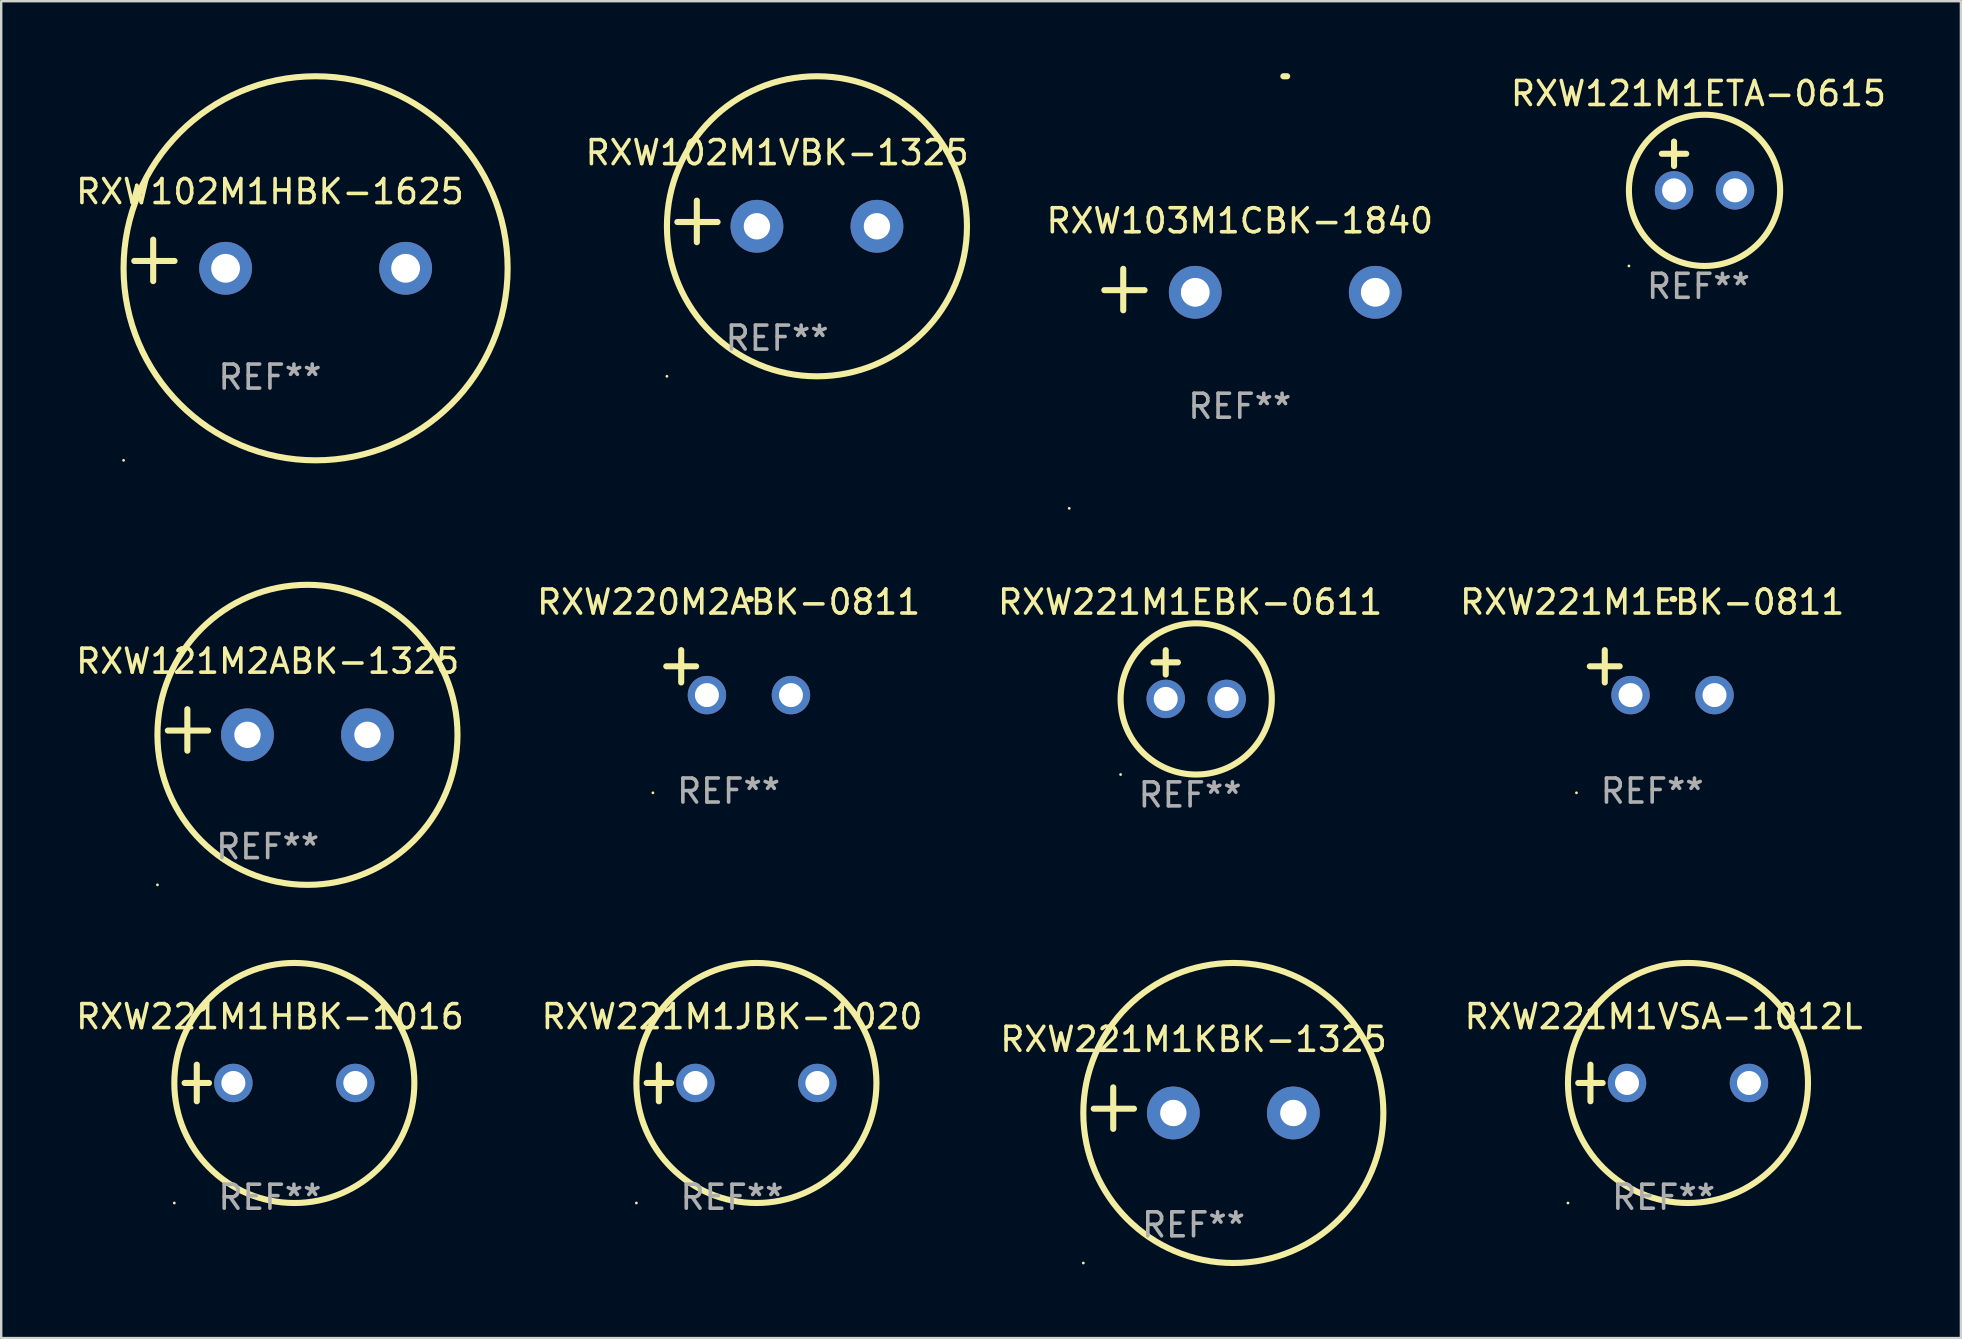
<source format=kicad_pcb>
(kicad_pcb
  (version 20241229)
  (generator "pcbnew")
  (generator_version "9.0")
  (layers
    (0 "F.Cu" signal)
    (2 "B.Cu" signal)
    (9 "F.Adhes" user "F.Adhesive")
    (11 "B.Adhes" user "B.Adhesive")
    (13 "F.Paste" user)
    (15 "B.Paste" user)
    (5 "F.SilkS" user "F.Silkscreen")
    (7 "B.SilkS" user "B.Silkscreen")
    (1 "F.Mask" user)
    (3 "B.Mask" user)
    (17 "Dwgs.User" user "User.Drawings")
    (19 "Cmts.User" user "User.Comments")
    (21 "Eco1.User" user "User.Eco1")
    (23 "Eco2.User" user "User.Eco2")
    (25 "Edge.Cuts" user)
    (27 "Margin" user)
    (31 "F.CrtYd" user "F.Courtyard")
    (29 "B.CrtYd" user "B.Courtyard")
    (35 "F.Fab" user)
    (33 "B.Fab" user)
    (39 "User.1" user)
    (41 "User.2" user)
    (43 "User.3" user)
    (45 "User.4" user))
  (footprint "RXW221M1VSA-1012L"
    (layer "F.Cu")
    (at 66.256 42.067)
    (property "Reference" "RXW221M1VSA-1012L" (at 0 -2.762 0) (layer "F.SilkS") (effects (font (size 1 1) (thickness 0.15))))
    (attr through_hole)
    (fp_line (start -3.556 0) (end -2.54 0) (stroke (width 0.254) (type solid)) (layer "F.SilkS"))
    (fp_line (start -3.048 -0.762) (end -3.048 0.762) (stroke (width 0.254) (type solid)) (layer "F.SilkS"))
    (fp_circle (center -3.984 5) (end -3.954 5) (stroke (width 0.06) (type solid)) (fill no) (layer "F.SilkS"))
    (fp_circle (center 1.016 0) (end 6.016 0) (stroke (width 0.254) (type solid)) (fill no) (layer "F.SilkS"))
    (fp_text user "REF**" (at 0 4.762 0) (layer "F.Fab") (effects (font (size 1 1) (thickness 0.15))))
    (pad "1" thru_hole circle (at -1.524 0) (size 1.6 1.6) (drill 1) (layers "*.Cu" "*.Mask"))
    (pad "2" thru_hole circle (at 3.556 0) (size 1.6 1.6) (drill 1) (layers "*.Cu" "*.Mask")))
  (footprint "RXW221M1HBK-1016"
    (layer "F.Cu")
    (at 8.196 42.067)
    (property "Reference" "RXW221M1HBK-1016" (at 0 -2.762 0) (layer "F.SilkS") (effects (font (size 1 1) (thickness 0.15))))
    (attr through_hole)
    (fp_line (start -3.556 0) (end -2.54 0) (stroke (width 0.254) (type solid)) (layer "F.SilkS"))
    (fp_line (start -3.048 -0.762) (end -3.048 0.762) (stroke (width 0.254) (type solid)) (layer "F.SilkS"))
    (fp_circle (center -3.984 5) (end -3.954 5) (stroke (width 0.06) (type solid)) (fill no) (layer "F.SilkS"))
    (fp_circle (center 1.016 0) (end 6.016 0) (stroke (width 0.254) (type solid)) (fill no) (layer "F.SilkS"))
    (fp_text user "REF**" (at 0 4.762 0) (layer "F.Fab") (effects (font (size 1 1) (thickness 0.15))))
    (pad "1" thru_hole circle (at -1.524 0) (size 1.6 1.6) (drill 1) (layers "*.Cu" "*.Mask"))
    (pad "2" thru_hole circle (at 3.556 0) (size 1.6 1.6) (drill 1) (layers "*.Cu" "*.Mask")))
  (footprint "RXW121M2ABK-1325"
    (layer "F.Cu")
    (at 8.101 27.36)
    (property "Reference" "RXW121M2ABK-1325" (at 0 -2.864 0) (layer "F.SilkS") (effects (font (size 1 1) (thickness 0.15))))
    (attr through_hole)
    (fp_line (start -3.346 0.864) (end -3.346 -0.864) (stroke (width 0.254) (type solid)) (layer "F.SilkS"))
    (fp_line (start -2.482 0.025) (end -4.158 0.025) (stroke (width 0.254) (type solid)) (layer "F.SilkS"))
    (fp_circle (center -4.592 6.453) (end -4.562 6.453) (stroke (width 0.06) (type solid)) (fill no) (layer "F.SilkS"))
    (fp_circle (center 1.658 0.203) (end 7.908 0.203) (stroke (width 0.254) (type solid)) (fill no) (layer "F.SilkS"))
    (fp_text user "REF**" (at 0 4.864 0) (layer "F.Fab") (effects (font (size 1 1) (thickness 0.15))))
    (pad "1" thru_hole circle (at -0.842 0.203) (size 2.2 2.2) (drill 1.1) (layers "*.Cu" "*.Mask"))
    (pad "2" thru_hole circle (at 4.158 0.203) (size 2.2 2.2) (drill 1.1) (layers "*.Cu" "*.Mask")))
  (footprint "RXW102M1HBK-1625"
    (layer "F.Cu")
    (at 8.196 7.797)
    (property "Reference" "RXW102M1HBK-1625" (at 0 -2.864 0) (layer "F.SilkS") (effects (font (size 1 1) (thickness 0.15))))
    (attr through_hole)
    (fp_line (start -4.864 0.864) (end -4.864 -0.864) (stroke (width 0.254) (type solid)) (layer "F.SilkS"))
    (fp_line (start -3.975 0.025) (end -5.652 0.025) (stroke (width 0.254) (type solid)) (layer "F.SilkS"))
    (fp_circle (center -6.098 8.33) (end -6.068 8.33) (stroke (width 0.06) (type solid)) (fill no) (layer "F.SilkS"))
    (fp_circle (center 1.902 0.33) (end 9.902 0.33) (stroke (width 0.254) (type solid)) (fill no) (layer "F.SilkS"))
    (fp_text user "REF**" (at 0 4.864 0) (layer "F.Fab") (effects (font (size 1 1) (thickness 0.15))))
    (pad "1" thru_hole circle (at -1.848 0.33) (size 2.2 2.2) (drill 1.2) (layers "*.Cu" "*.Mask"))
    (pad "2" thru_hole circle (at 5.652 0.33) (size 2.2 2.2) (drill 1.2) (layers "*.Cu" "*.Mask")))
  (footprint "RXW121M1ETA-0615"
    (layer "F.Cu")
    (at 67.707 3.864)
    (property "Reference" "RXW121M1ETA-0615" (at 0 -3.016 0) (layer "F.SilkS") (effects (font (size 1 1) (thickness 0.15))))
    (attr through_hole)
    (fp_line (start -1.524 -0.508) (end -0.508 -0.508) (stroke (width 0.254) (type solid)) (layer "F.SilkS"))
    (fp_line (start -1.016 -1.016) (end -1.016 0) (stroke (width 0.254) (type solid)) (layer "F.SilkS"))
    (fp_circle (center -2.896 4.166) (end -2.866 4.166) (stroke (width 0.06) (type solid)) (fill no) (layer "F.SilkS"))
    (fp_circle (center 0.254 1.016) (end 3.404 1.016) (stroke (width 0.254) (type solid)) (fill no) (layer "F.SilkS"))
    (fp_text user "REF**" (at 0 5.016 0) (layer "F.Fab") (effects (font (size 1 1) (thickness 0.15))))
    (pad "1" thru_hole circle (at -1.016 1.016) (size 1.6 1.6) (drill 1) (layers "*.Cu" "*.Mask"))
    (pad "2" thru_hole circle (at 1.524 1.016) (size 1.6 1.6) (drill 1) (layers "*.Cu" "*.Mask")))
  (footprint "RXW221M1KBK-1325"
    (layer "F.Cu")
    (at 46.673 43.114)
    (property "Reference" "RXW221M1KBK-1325" (at 0 -2.864 0) (layer "F.SilkS") (effects (font (size 1 1) (thickness 0.15))))
    (attr through_hole)
    (fp_line (start -3.346 0.864) (end -3.346 -0.864) (stroke (width 0.254) (type solid)) (layer "F.SilkS"))
    (fp_line (start -2.482 0.025) (end -4.158 0.025) (stroke (width 0.254) (type solid)) (layer "F.SilkS"))
    (fp_circle (center -4.592 6.453) (end -4.562 6.453) (stroke (width 0.06) (type solid)) (fill no) (layer "F.SilkS"))
    (fp_circle (center 1.658 0.203) (end 7.908 0.203) (stroke (width 0.254) (type solid)) (fill no) (layer "F.SilkS"))
    (fp_text user "REF**" (at 0 4.864 0) (layer "F.Fab") (effects (font (size 1 1) (thickness 0.15))))
    (pad "1" thru_hole circle (at -0.842 0.203) (size 2.2 2.2) (drill 1.1) (layers "*.Cu" "*.Mask"))
    (pad "2" thru_hole circle (at 4.158 0.203) (size 2.2 2.2) (drill 1.1) (layers "*.Cu" "*.Mask")))
  (footprint "RXW102M1VBK-1325"
    (layer "F.Cu")
    (at 29.326 6.174)
    (property "Reference" "RXW102M1VBK-1325" (at 0 -2.864 0) (layer "F.SilkS") (effects (font (size 1 1) (thickness 0.15))))
    (attr through_hole)
    (fp_line (start -3.346 0.864) (end -3.346 -0.864) (stroke (width 0.254) (type solid)) (layer "F.SilkS"))
    (fp_line (start -2.482 0.025) (end -4.158 0.025) (stroke (width 0.254) (type solid)) (layer "F.SilkS"))
    (fp_circle (center -4.592 6.453) (end -4.562 6.453) (stroke (width 0.06) (type solid)) (fill no) (layer "F.SilkS"))
    (fp_circle (center 1.658 0.203) (end 7.908 0.203) (stroke (width 0.254) (type solid)) (fill no) (layer "F.SilkS"))
    (fp_text user "REF**" (at 0 4.864 0) (layer "F.Fab") (effects (font (size 1 1) (thickness 0.15))))
    (pad "1" thru_hole circle (at -0.842 0.203) (size 2.2 2.2) (drill 1.1) (layers "*.Cu" "*.Mask"))
    (pad "2" thru_hole circle (at 4.158 0.203) (size 2.2 2.2) (drill 1.1) (layers "*.Cu" "*.Mask")))
  (footprint "RXW221M1JBK-1020"
    (layer "F.Cu")
    (at 27.446 42.067)
    (property "Reference" "RXW221M1JBK-1020" (at 0 -2.762 0) (layer "F.SilkS") (effects (font (size 1 1) (thickness 0.15))))
    (attr through_hole)
    (fp_line (start -3.556 0) (end -2.54 0) (stroke (width 0.254) (type solid)) (layer "F.SilkS"))
    (fp_line (start -3.048 -0.762) (end -3.048 0.762) (stroke (width 0.254) (type solid)) (layer "F.SilkS"))
    (fp_circle (center -3.984 5) (end -3.954 5) (stroke (width 0.06) (type solid)) (fill no) (layer "F.SilkS"))
    (fp_circle (center 1.016 0) (end 6.016 0) (stroke (width 0.254) (type solid)) (fill no) (layer "F.SilkS"))
    (fp_text user "REF**" (at 0 4.762 0) (layer "F.Fab") (effects (font (size 1 1) (thickness 0.15))))
    (pad "1" thru_hole circle (at -1.524 0) (size 1.6 1.6) (drill 1) (layers "*.Cu" "*.Mask"))
    (pad "2" thru_hole circle (at 3.556 0) (size 1.6 1.6) (drill 1) (layers "*.Cu" "*.Mask")))
  (footprint "RXW221M1EBK-0611"
    (layer "F.Cu")
    (at 46.53 25.051)
    (property "Reference" "RXW221M1EBK-0611" (at 0 -3.016 0) (layer "F.SilkS") (effects (font (size 1 1) (thickness 0.15))))
    (attr through_hole)
    (fp_line (start -1.524 -0.508) (end -0.508 -0.508) (stroke (width 0.254) (type solid)) (layer "F.SilkS"))
    (fp_line (start -1.016 -1.016) (end -1.016 0) (stroke (width 0.254) (type solid)) (layer "F.SilkS"))
    (fp_circle (center -2.896 4.166) (end -2.866 4.166) (stroke (width 0.06) (type solid)) (fill no) (layer "F.SilkS"))
    (fp_circle (center 0.254 1.016) (end 3.404 1.016) (stroke (width 0.254) (type solid)) (fill no) (layer "F.SilkS"))
    (fp_text user "REF**" (at 0 5.016 0) (layer "F.Fab") (effects (font (size 1 1) (thickness 0.15))))
    (pad "1" thru_hole circle (at -1.016 1.016) (size 1.6 1.6) (drill 1) (layers "*.Cu" "*.Mask"))
    (pad "2" thru_hole circle (at 1.524 1.016) (size 1.6 1.6) (drill 1) (layers "*.Cu" "*.Mask")))
  (footprint "RXW220M2ABK-0811"
    (layer "F.Cu")
    (at 27.304 24.971)
    (property "Reference" "RXW220M2ABK-0811" (at 0 -2.937 0) (layer "F.SilkS") (effects (font (size 1 1) (thickness 0.15))))
    (attr through_hole)
    (fp_line (start -1.975 0.41) (end -1.975 -0.937) (stroke (width 0.254) (type solid)) (layer "F.SilkS"))
    (fp_line (start -1.353 -0.263) (end -2.597 -0.263) (stroke (width 0.254) (type solid)) (layer "F.SilkS"))
    (fp_arc (start 0.849809 -3.063957) (mid 0.885369 -3.064114) (end 0.920929 -3.063957) (stroke (width 0.254001) (type solid)) (layer "F.SilkS"))
    (fp_circle (center -3.154 5.008) (end -3.124 5.008) (stroke (width 0.06) (type solid)) (fill no) (layer "F.SilkS"))
    (fp_text user "REF**" (at 0 4.937 0) (layer "F.Fab") (effects (font (size 1 1) (thickness 0.15))))
    (pad "1" thru_hole circle (at -0.903 0.937) (size 1.6 1.6) (drill 1) (layers "*.Cu" "*.Mask"))
    (pad "2" thru_hole circle (at 2.597 0.937) (size 1.6 1.6) (drill 1) (layers "*.Cu" "*.Mask")))
  (footprint "RXW221M1EBK-0811"
    (layer "F.Cu")
    (at 65.78 24.971)
    (property "Reference" "RXW221M1EBK-0811" (at 0 -2.937 0) (layer "F.SilkS") (effects (font (size 1 1) (thickness 0.15))))
    (attr through_hole)
    (fp_line (start -1.975 0.41) (end -1.975 -0.937) (stroke (width 0.254) (type solid)) (layer "F.SilkS"))
    (fp_line (start -1.353 -0.263) (end -2.597 -0.263) (stroke (width 0.254) (type solid)) (layer "F.SilkS"))
    (fp_arc (start 0.849809 -3.063957) (mid 0.885369 -3.064114) (end 0.920929 -3.063957) (stroke (width 0.254001) (type solid)) (layer "F.SilkS"))
    (fp_circle (center -3.154 5.008) (end -3.124 5.008) (stroke (width 0.06) (type solid)) (fill no) (layer "F.SilkS"))
    (fp_text user "REF**" (at 0 4.937 0) (layer "F.Fab") (effects (font (size 1 1) (thickness 0.15))))
    (pad "1" thru_hole circle (at -0.903 0.937) (size 1.6 1.6) (drill 1) (layers "*.Cu" "*.Mask"))
    (pad "2" thru_hole circle (at 2.597 0.937) (size 1.6 1.6) (drill 1) (layers "*.Cu" "*.Mask")))
  (footprint "RXW103M1CBK-1840"
    (layer "F.Cu")
    (at 48.6 9.013)
    (property "Reference" "RXW103M1CBK-1840" (at 0 -2.864 0) (layer "F.SilkS") (effects (font (size 1 1) (thickness 0.15))))
    (attr through_hole)
    (fp_line (start -4.856 0.864) (end -4.856 -0.864) (stroke (width 0.254) (type solid)) (layer "F.SilkS"))
    (fp_line (start -3.967 0.025) (end -5.644 0.025) (stroke (width 0.254) (type solid)) (layer "F.SilkS"))
    (fp_arc (start 1.815024 -8.885649) (mid 1.893764 -8.88599) (end 1.972504 -8.885649) (stroke (width 0.254001) (type solid)) (layer "F.SilkS"))
    (fp_circle (center -7.106 9.114) (end -7.076 9.114) (stroke (width 0.06) (type solid)) (fill no) (layer "F.SilkS"))
    (fp_text user "REF**" (at 0 4.864 0) (layer "F.Fab") (effects (font (size 1 1) (thickness 0.15))))
    (pad "1" thru_hole circle (at -1.856 0.114) (size 2.2 2.2) (drill 1.2) (layers "*.Cu" "*.Mask"))
    (pad "2" thru_hole circle (at 5.644 0.114) (size 2.2 2.2) (drill 1.2) (layers "*.Cu" "*.Mask")))
  (gr_rect
    (start -3 -3)
    (end 78.642 52.694)
    (stroke (width 0.1) (type default))
    (fill no)
    (layer "Edge.Cuts")))
</source>
